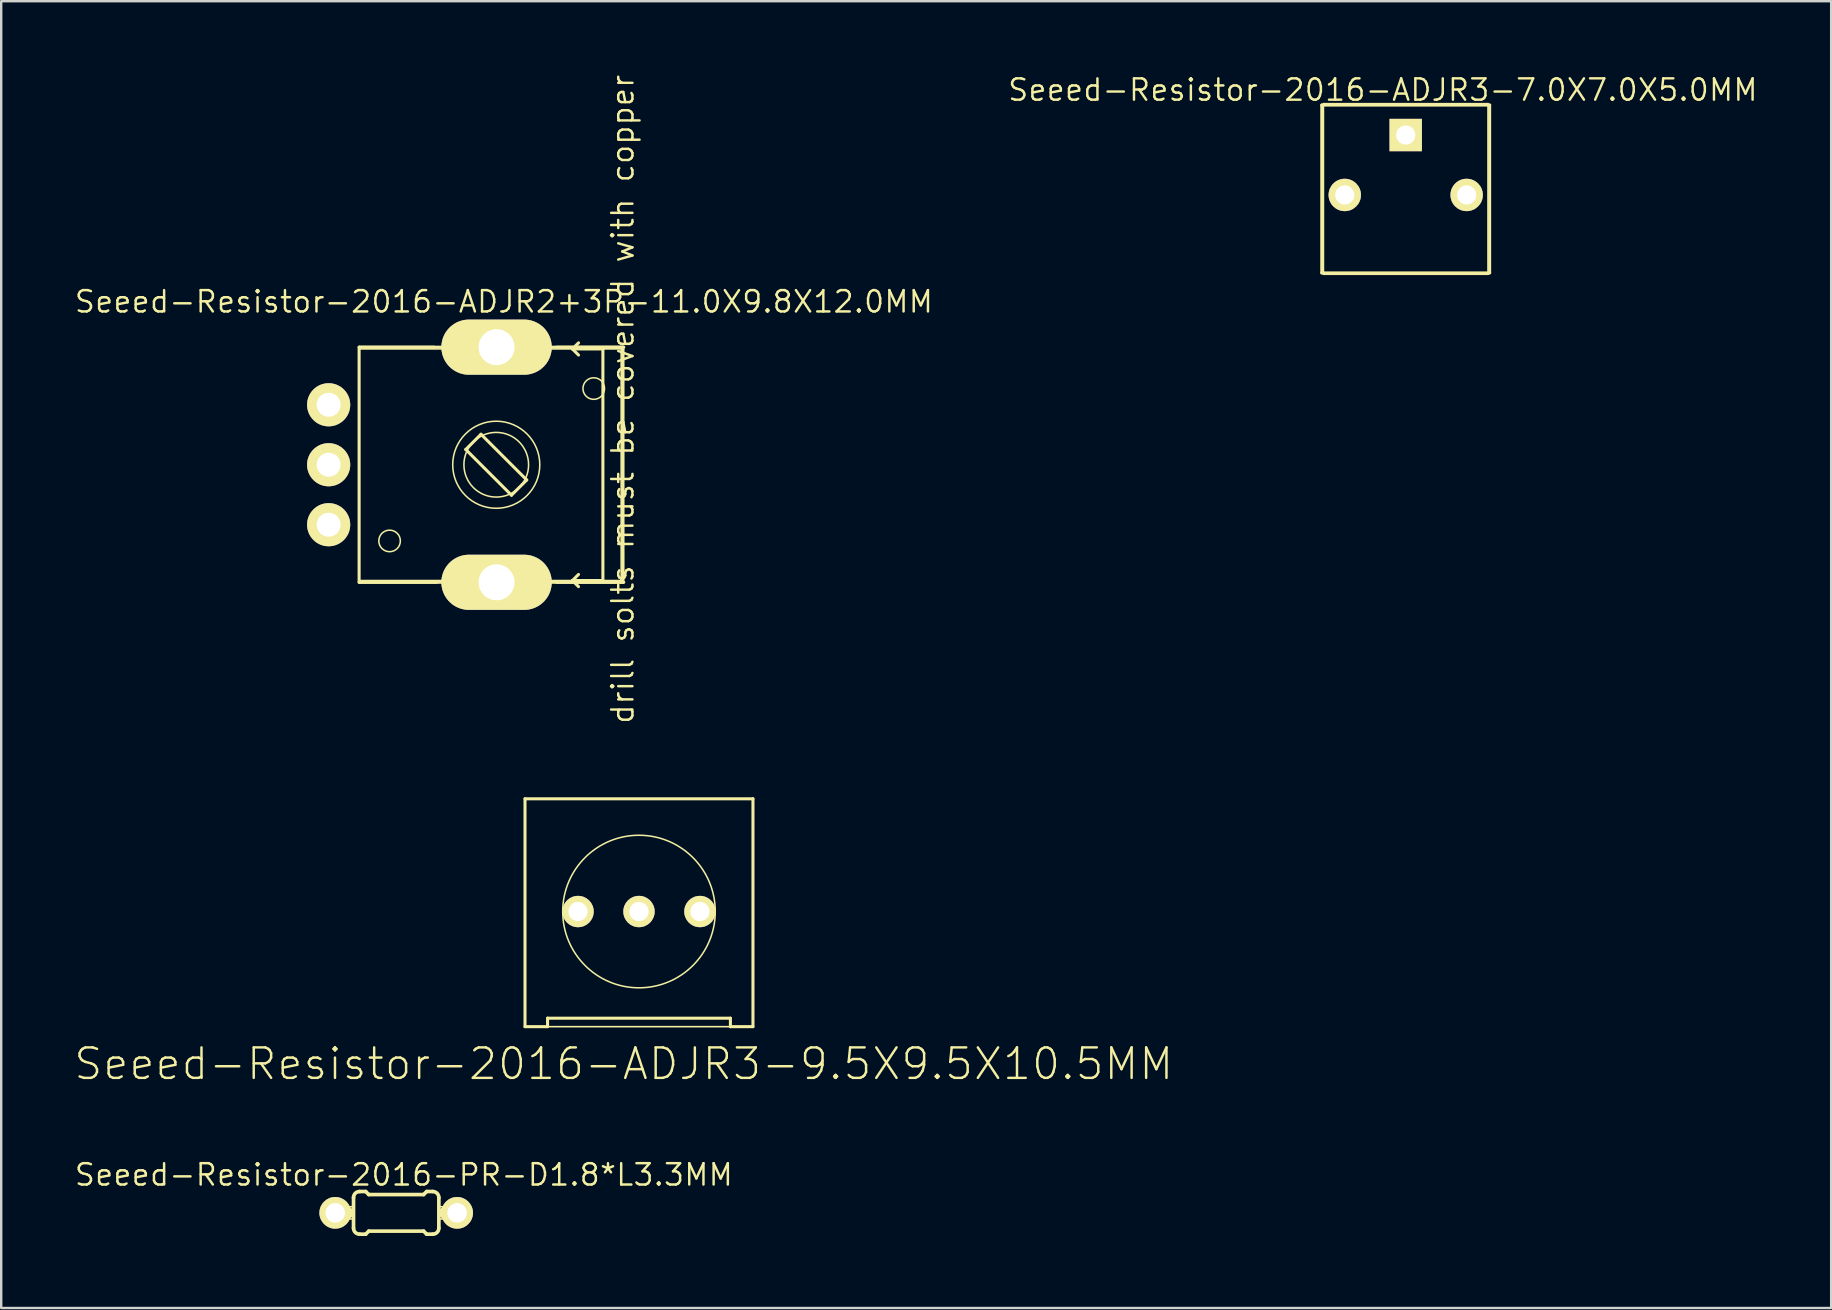
<source format=kicad_pcb>
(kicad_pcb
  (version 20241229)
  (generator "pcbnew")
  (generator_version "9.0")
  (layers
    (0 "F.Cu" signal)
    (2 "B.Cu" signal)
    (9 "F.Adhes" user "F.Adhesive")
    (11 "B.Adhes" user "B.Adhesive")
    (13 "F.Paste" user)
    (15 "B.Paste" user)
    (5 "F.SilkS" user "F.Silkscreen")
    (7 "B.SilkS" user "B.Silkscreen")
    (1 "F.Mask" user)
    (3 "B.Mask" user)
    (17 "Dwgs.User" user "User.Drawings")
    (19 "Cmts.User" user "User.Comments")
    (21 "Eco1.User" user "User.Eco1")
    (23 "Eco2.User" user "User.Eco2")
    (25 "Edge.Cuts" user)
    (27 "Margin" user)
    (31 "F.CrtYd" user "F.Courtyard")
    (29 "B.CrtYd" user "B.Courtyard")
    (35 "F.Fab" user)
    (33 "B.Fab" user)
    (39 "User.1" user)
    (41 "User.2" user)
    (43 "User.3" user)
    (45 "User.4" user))
  (footprint "Seeed-Resistor-2016-PR-D1.8*L3.3MM"
    (layer "F.Cu")
    (at 13.462 47.498)
    (property "Reference" "Seeed-Resistor-2016-PR-D1.8*L3.3MM" (at 0.318 -1.587 0) (layer "F.SilkS") (effects (font (size 0.889 0.889) (thickness 0.102))))
    (attr exclude_from_pos_files exclude_from_bom)
    (fp_line (start -2.54 0) (end -2.032 0) (stroke (width 0.508) (type solid)) (layer "F.SilkS"))
    (fp_line (start -2.032 -0.254) (end -1.778 -0.254) (stroke (width 0.066) (type solid)) (layer "F.SilkS"))
    (fp_line (start -2.032 0.254) (end -2.032 -0.254) (stroke (width 0.066) (type solid)) (layer "F.SilkS"))
    (fp_line (start -2.032 0.254) (end -1.778 0.254) (stroke (width 0.066) (type solid)) (layer "F.SilkS"))
    (fp_line (start -1.778 0.254) (end -1.778 -0.254) (stroke (width 0.066) (type solid)) (layer "F.SilkS"))
    (fp_line (start -1.778 0.635) (end -1.778 -0.635) (stroke (width 0.152) (type solid)) (layer "F.SilkS"))
    (fp_line (start -1.524 -0.889) (end -1.27 -0.889) (stroke (width 0.152) (type solid)) (layer "F.SilkS"))
    (fp_line (start -1.524 0.889) (end -1.27 0.889) (stroke (width 0.152) (type solid)) (layer "F.SilkS"))
    (fp_line (start -1.143 -0.762) (end -1.27 -0.889) (stroke (width 0.152) (type solid)) (layer "F.SilkS"))
    (fp_line (start -1.143 0.762) (end -1.27 0.889) (stroke (width 0.152) (type solid)) (layer "F.SilkS"))
    (fp_line (start 1.143 -0.762) (end -1.143 -0.762) (stroke (width 0.152) (type solid)) (layer "F.SilkS"))
    (fp_line (start 1.143 -0.762) (end 1.27 -0.889) (stroke (width 0.152) (type solid)) (layer "F.SilkS"))
    (fp_line (start 1.143 0.762) (end -1.143 0.762) (stroke (width 0.152) (type solid)) (layer "F.SilkS"))
    (fp_line (start 1.143 0.762) (end 1.27 0.889) (stroke (width 0.152) (type solid)) (layer "F.SilkS"))
    (fp_line (start 1.524 -0.889) (end 1.27 -0.889) (stroke (width 0.152) (type solid)) (layer "F.SilkS"))
    (fp_line (start 1.524 0.889) (end 1.27 0.889) (stroke (width 0.152) (type solid)) (layer "F.SilkS"))
    (fp_line (start 1.778 -0.254) (end 2.032 -0.254) (stroke (width 0.066) (type solid)) (layer "F.SilkS"))
    (fp_line (start 1.778 0.254) (end 1.778 -0.254) (stroke (width 0.066) (type solid)) (layer "F.SilkS"))
    (fp_line (start 1.778 0.254) (end 2.032 0.254) (stroke (width 0.066) (type solid)) (layer "F.SilkS"))
    (fp_line (start 1.778 0.635) (end 1.778 -0.635) (stroke (width 0.152) (type solid)) (layer "F.SilkS"))
    (fp_line (start 2.032 0.254) (end 2.032 -0.254) (stroke (width 0.066) (type solid)) (layer "F.SilkS"))
    (fp_line (start 2.54 0) (end 2.032 0) (stroke (width 0.508) (type solid)) (layer "F.SilkS"))
    (fp_arc (start -1.778 -0.635) (mid -1.703605 -0.814605) (end -1.524 -0.889) (stroke (width 0.1524) (type solid)) (layer "F.SilkS"))
    (fp_arc (start -1.524 0.889) (mid -1.703605 0.814605) (end -1.778 0.635) (stroke (width 0.1524) (type solid)) (layer "F.SilkS"))
    (fp_arc (start 1.524 -0.889) (mid 1.703605 -0.814605) (end 1.778 -0.635) (stroke (width 0.1524) (type solid)) (layer "F.SilkS"))
    (fp_arc (start 1.778 0.635) (mid 1.703605 0.814605) (end 1.524 0.889) (stroke (width 0.1524) (type solid)) (layer "F.SilkS"))
    (pad "5" thru_hole circle (at -2.54 0) (size 1.321 1.321) (drill 0.813) (layers "*.Cu" "F.Mask" "F.SilkS" "F.Paste"))
    (pad "6" thru_hole circle (at 2.54 0) (size 1.321 1.321) (drill 0.813) (layers "*.Cu" "F.Mask" "F.SilkS" "F.Paste")))
  (footprint "Seeed-Resistor-2016-ADJR3-7.0X7.0X5.0MM"
    (layer "F.Cu")
    (at 55.536 4.826)
    (property "Reference" "Seeed-Resistor-2016-ADJR3-7.0X7.0X5.0MM" (at -0.953 -4.128 0) (layer "F.SilkS") (effects (font (size 0.889 0.889) (thickness 0.102))))
    (attr exclude_from_pos_files exclude_from_bom)
    (fp_line (start -3.498 -3.498) (end 3.498 -3.498) (stroke (width 0.127) (type solid)) (layer "F.SilkS"))
    (fp_line (start -3.498 3.498) (end -3.498 -3.498) (stroke (width 0.127) (type solid)) (layer "F.SilkS"))
    (fp_line (start -3.429 -3.556) (end 3.429 -3.556) (stroke (width 0.066) (type solid)) (layer "F.SilkS"))
    (fp_line (start -3.429 3.556) (end -3.429 -3.556) (stroke (width 0.066) (type solid)) (layer "F.SilkS"))
    (fp_line (start -3.429 3.556) (end 3.429 3.556) (stroke (width 0.066) (type solid)) (layer "F.SilkS"))
    (fp_line (start 3.429 3.556) (end 3.429 -3.556) (stroke (width 0.066) (type solid)) (layer "F.SilkS"))
    (fp_line (start 3.498 -3.498) (end 3.498 3.498) (stroke (width 0.127) (type solid)) (layer "F.SilkS"))
    (fp_line (start 3.498 3.498) (end -3.498 3.498) (stroke (width 0.127) (type solid)) (layer "F.SilkS"))
    (pad "1" thru_hole circle (at -2.54 0.249) (size 1.349 1.349) (drill 0.798) (layers "*.Cu" "F.Mask" "F.SilkS" "F.Paste"))
    (pad "2" thru_hole circle (at 2.54 0.249) (size 1.349 1.349) (drill 0.798) (layers "*.Cu" "F.Mask" "F.SilkS" "F.Paste"))
    (pad "3" thru_hole rect (at 0 -2.248) (size 1.349 1.349) (drill 0.798) (layers "*.Cu" "F.Mask" "F.SilkS" "F.Paste")))
  (footprint "Seeed-Resistor-2016-ADJR2+3P-11.0X9.8X12.0MM"
    (layer "F.Cu")
    (at 10.647 16.319)
    (property "Reference" "Seeed-Resistor-2016-ADJR2+3P-11.0X9.8X12.0MM" (at 7.303 -6.795 0) (layer "F.SilkS") (effects (font (size 0.889 0.889) (thickness 0.102))))
    (attr exclude_from_pos_files exclude_from_bom)
    (fp_line (start 1.27 -4.9) (end 12.268 -4.9) (stroke (width 0.127) (type solid)) (layer "F.SilkS"))
    (fp_line (start 1.27 -4.826) (end 12.192 -4.826) (stroke (width 0.066) (type solid)) (layer "F.SilkS"))
    (fp_line (start 1.27 4.826) (end 1.27 -4.826) (stroke (width 0.066) (type solid)) (layer "F.SilkS"))
    (fp_line (start 1.27 4.826) (end 12.192 4.826) (stroke (width 0.066) (type solid)) (layer "F.SilkS"))
    (fp_line (start 1.27 4.9) (end 1.27 -4.9) (stroke (width 0.127) (type solid)) (layer "F.SilkS"))
    (fp_line (start 1.298 -4.9) (end 4.399 -4.9) (stroke (width 0.127) (type solid)) (layer "F.SilkS"))
    (fp_line (start 1.298 4.9) (end 4.498 4.9) (stroke (width 0.127) (type solid)) (layer "F.SilkS"))
    (fp_line (start 5.715 -0.635) (end 6.35 -1.27) (stroke (width 0.127) (type solid)) (layer "F.SilkS"))
    (fp_line (start 5.898 -4.9) (end 8.098 -4.9) (stroke (width 1.499) (type solid)) (layer "F.SilkS"))
    (fp_line (start 5.898 4.9) (end 8.098 4.9) (stroke (width 1.499) (type solid)) (layer "F.SilkS"))
    (fp_line (start 6.35 -1.27) (end 8.255 0.635) (stroke (width 0.127) (type solid)) (layer "F.SilkS"))
    (fp_line (start 7.62 1.27) (end 5.715 -0.635) (stroke (width 0.127) (type solid)) (layer "F.SilkS"))
    (fp_line (start 8.255 0.635) (end 7.62 1.27) (stroke (width 0.127) (type solid)) (layer "F.SilkS"))
    (fp_line (start 10.16 -4.826) (end 10.414 -5.08) (stroke (width 0.127) (type solid)) (layer "F.SilkS"))
    (fp_line (start 10.16 -4.826) (end 10.414 -4.572) (stroke (width 0.127) (type solid)) (layer "F.SilkS"))
    (fp_line (start 10.16 -4.826) (end 11.43 -4.826) (stroke (width 0.127) (type solid)) (layer "F.SilkS"))
    (fp_line (start 10.16 4.826) (end 10.414 5.08) (stroke (width 0.127) (type solid)) (layer "F.SilkS"))
    (fp_line (start 10.414 4.572) (end 10.16 4.826) (stroke (width 0.127) (type solid)) (layer "F.SilkS"))
    (fp_line (start 11.43 -4.826) (end 11.43 4.826) (stroke (width 0.127) (type solid)) (layer "F.SilkS"))
    (fp_line (start 11.43 4.826) (end 10.16 4.826) (stroke (width 0.127) (type solid)) (layer "F.SilkS"))
    (fp_line (start 12.192 4.826) (end 12.192 -4.826) (stroke (width 0.066) (type solid)) (layer "F.SilkS"))
    (fp_line (start 12.268 -4.9) (end 12.268 4.9) (stroke (width 0.127) (type solid)) (layer "F.SilkS"))
    (fp_line (start 12.268 4.9) (end 1.27 4.9) (stroke (width 0.127) (type solid)) (layer "F.SilkS"))
    (fp_line (start 12.299 -4.9) (end 9.5 -4.9) (stroke (width 0.127) (type solid)) (layer "F.SilkS"))
    (fp_line (start 12.299 4.9) (end 9.5 4.9) (stroke (width 0.127) (type solid)) (layer "F.SilkS"))
    (fp_circle (center 2.54 3.175) (end 2.857 3.493) (stroke (width 0.064) (type solid)) (fill no) (layer "F.SilkS"))
    (fp_circle (center 6.985 0) (end 7.938 0.953) (stroke (width 0.064) (type solid)) (fill no) (layer "F.SilkS"))
    (fp_circle (center 6.985 0) (end 8.268 1.283) (stroke (width 0.064) (type solid)) (fill no) (layer "F.SilkS"))
    (fp_circle (center 11.049 -3.175) (end 11.367 -3.493) (stroke (width 0.064) (type solid)) (fill no) (layer "F.SilkS"))
    (fp_text user "drill solts must be covered with copper" (at 12.255 -2.731 90) (layer "F.SilkS") (effects (font (size 0.889 0.889) (thickness 0.102))))
    (pad "1" thru_hole circle (at 0 -2.499) (size 1.798 1.798) (drill 0.998) (layers "*.Cu" "F.Mask" "F.SilkS" "F.Paste"))
    (pad "2" thru_hole circle (at 0 0) (size 1.798 1.798) (drill 0.998) (layers "*.Cu" "F.Mask" "F.SilkS" "F.Paste"))
    (pad "3" thru_hole circle (at 0 2.499) (size 1.798 1.798) (drill 0.998) (layers "*.Cu" "F.Mask" "F.SilkS" "F.Paste"))
    (pad "P1" thru_hole oval (at 6.998 -4.9 90) (size 2.299 4.6) (drill 1.499) (layers "*.Cu" "F.Mask" "F.SilkS" "F.Paste"))
    (pad "P2" thru_hole oval (at 6.998 4.9 90) (size 2.299 4.6) (drill 1.499) (layers "*.Cu" "F.Mask" "F.SilkS" "F.Paste")))
  (footprint "Seeed-Resistor-2016-ADJR3-9.5X9.5X10.5MM"
    (layer "F.Cu")
    (at 23.581 34.94)
    (property "Reference" "Seeed-Resistor-2016-ADJR3-9.5X9.5X10.5MM" (at -0.635 6.35 180) (layer "F.SilkS") (effects (font (size 1.27 1.27) (thickness 0.102))))
    (attr exclude_from_pos_files exclude_from_bom)
    (fp_line (start -4.75 -4.699) (end 4.75 -4.699) (stroke (width 0.066) (type solid)) (layer "F.SilkS"))
    (fp_line (start -4.75 -4.699) (end 4.75 -4.699) (stroke (width 0.127) (type solid)) (layer "F.SilkS"))
    (fp_line (start -4.75 4.798) (end -4.75 -4.699) (stroke (width 0.066) (type solid)) (layer "F.SilkS"))
    (fp_line (start -4.75 4.798) (end -4.75 -4.699) (stroke (width 0.127) (type solid)) (layer "F.SilkS"))
    (fp_line (start -4.75 4.798) (end 4.75 4.798) (stroke (width 0.066) (type solid)) (layer "F.SilkS"))
    (fp_line (start -3.81 4.445) (end 3.81 4.445) (stroke (width 0.127) (type solid)) (layer "F.SilkS"))
    (fp_line (start -3.81 4.798) (end -4.75 4.798) (stroke (width 0.127) (type solid)) (layer "F.SilkS"))
    (fp_line (start -3.81 4.798) (end -3.81 4.445) (stroke (width 0.127) (type solid)) (layer "F.SilkS"))
    (fp_line (start 3.81 4.445) (end 3.81 4.798) (stroke (width 0.127) (type solid)) (layer "F.SilkS"))
    (fp_line (start 4.75 -4.699) (end 4.75 4.798) (stroke (width 0.127) (type solid)) (layer "F.SilkS"))
    (fp_line (start 4.75 4.798) (end 3.81 4.798) (stroke (width 0.127) (type solid)) (layer "F.SilkS"))
    (fp_line (start 4.75 4.798) (end 4.75 -4.699) (stroke (width 0.066) (type solid)) (layer "F.SilkS"))
    (fp_circle (center 0 0) (end -2.248 2.248) (stroke (width 0.064) (type solid)) (fill no) (layer "F.SilkS"))
    (pad "1" thru_hole circle (at -2.54 0) (size 1.306 1.306) (drill 0.798) (layers "*.Cu" "F.Mask" "F.SilkS" "F.Paste"))
    (pad "2" thru_hole circle (at 0 0) (size 1.306 1.306) (drill 0.798) (layers "*.Cu" "F.Mask" "F.SilkS" "F.Paste"))
    (pad "3" thru_hole circle (at 2.54 0) (size 1.306 1.306) (drill 0.798) (layers "*.Cu" "F.Mask" "F.SilkS" "F.Paste")))
  (gr_rect
    (start -3 -3)
    (end 73.268 51.463)
    (stroke (width 0.1) (type default))
    (fill no)
    (layer "Edge.Cuts")))
</source>
